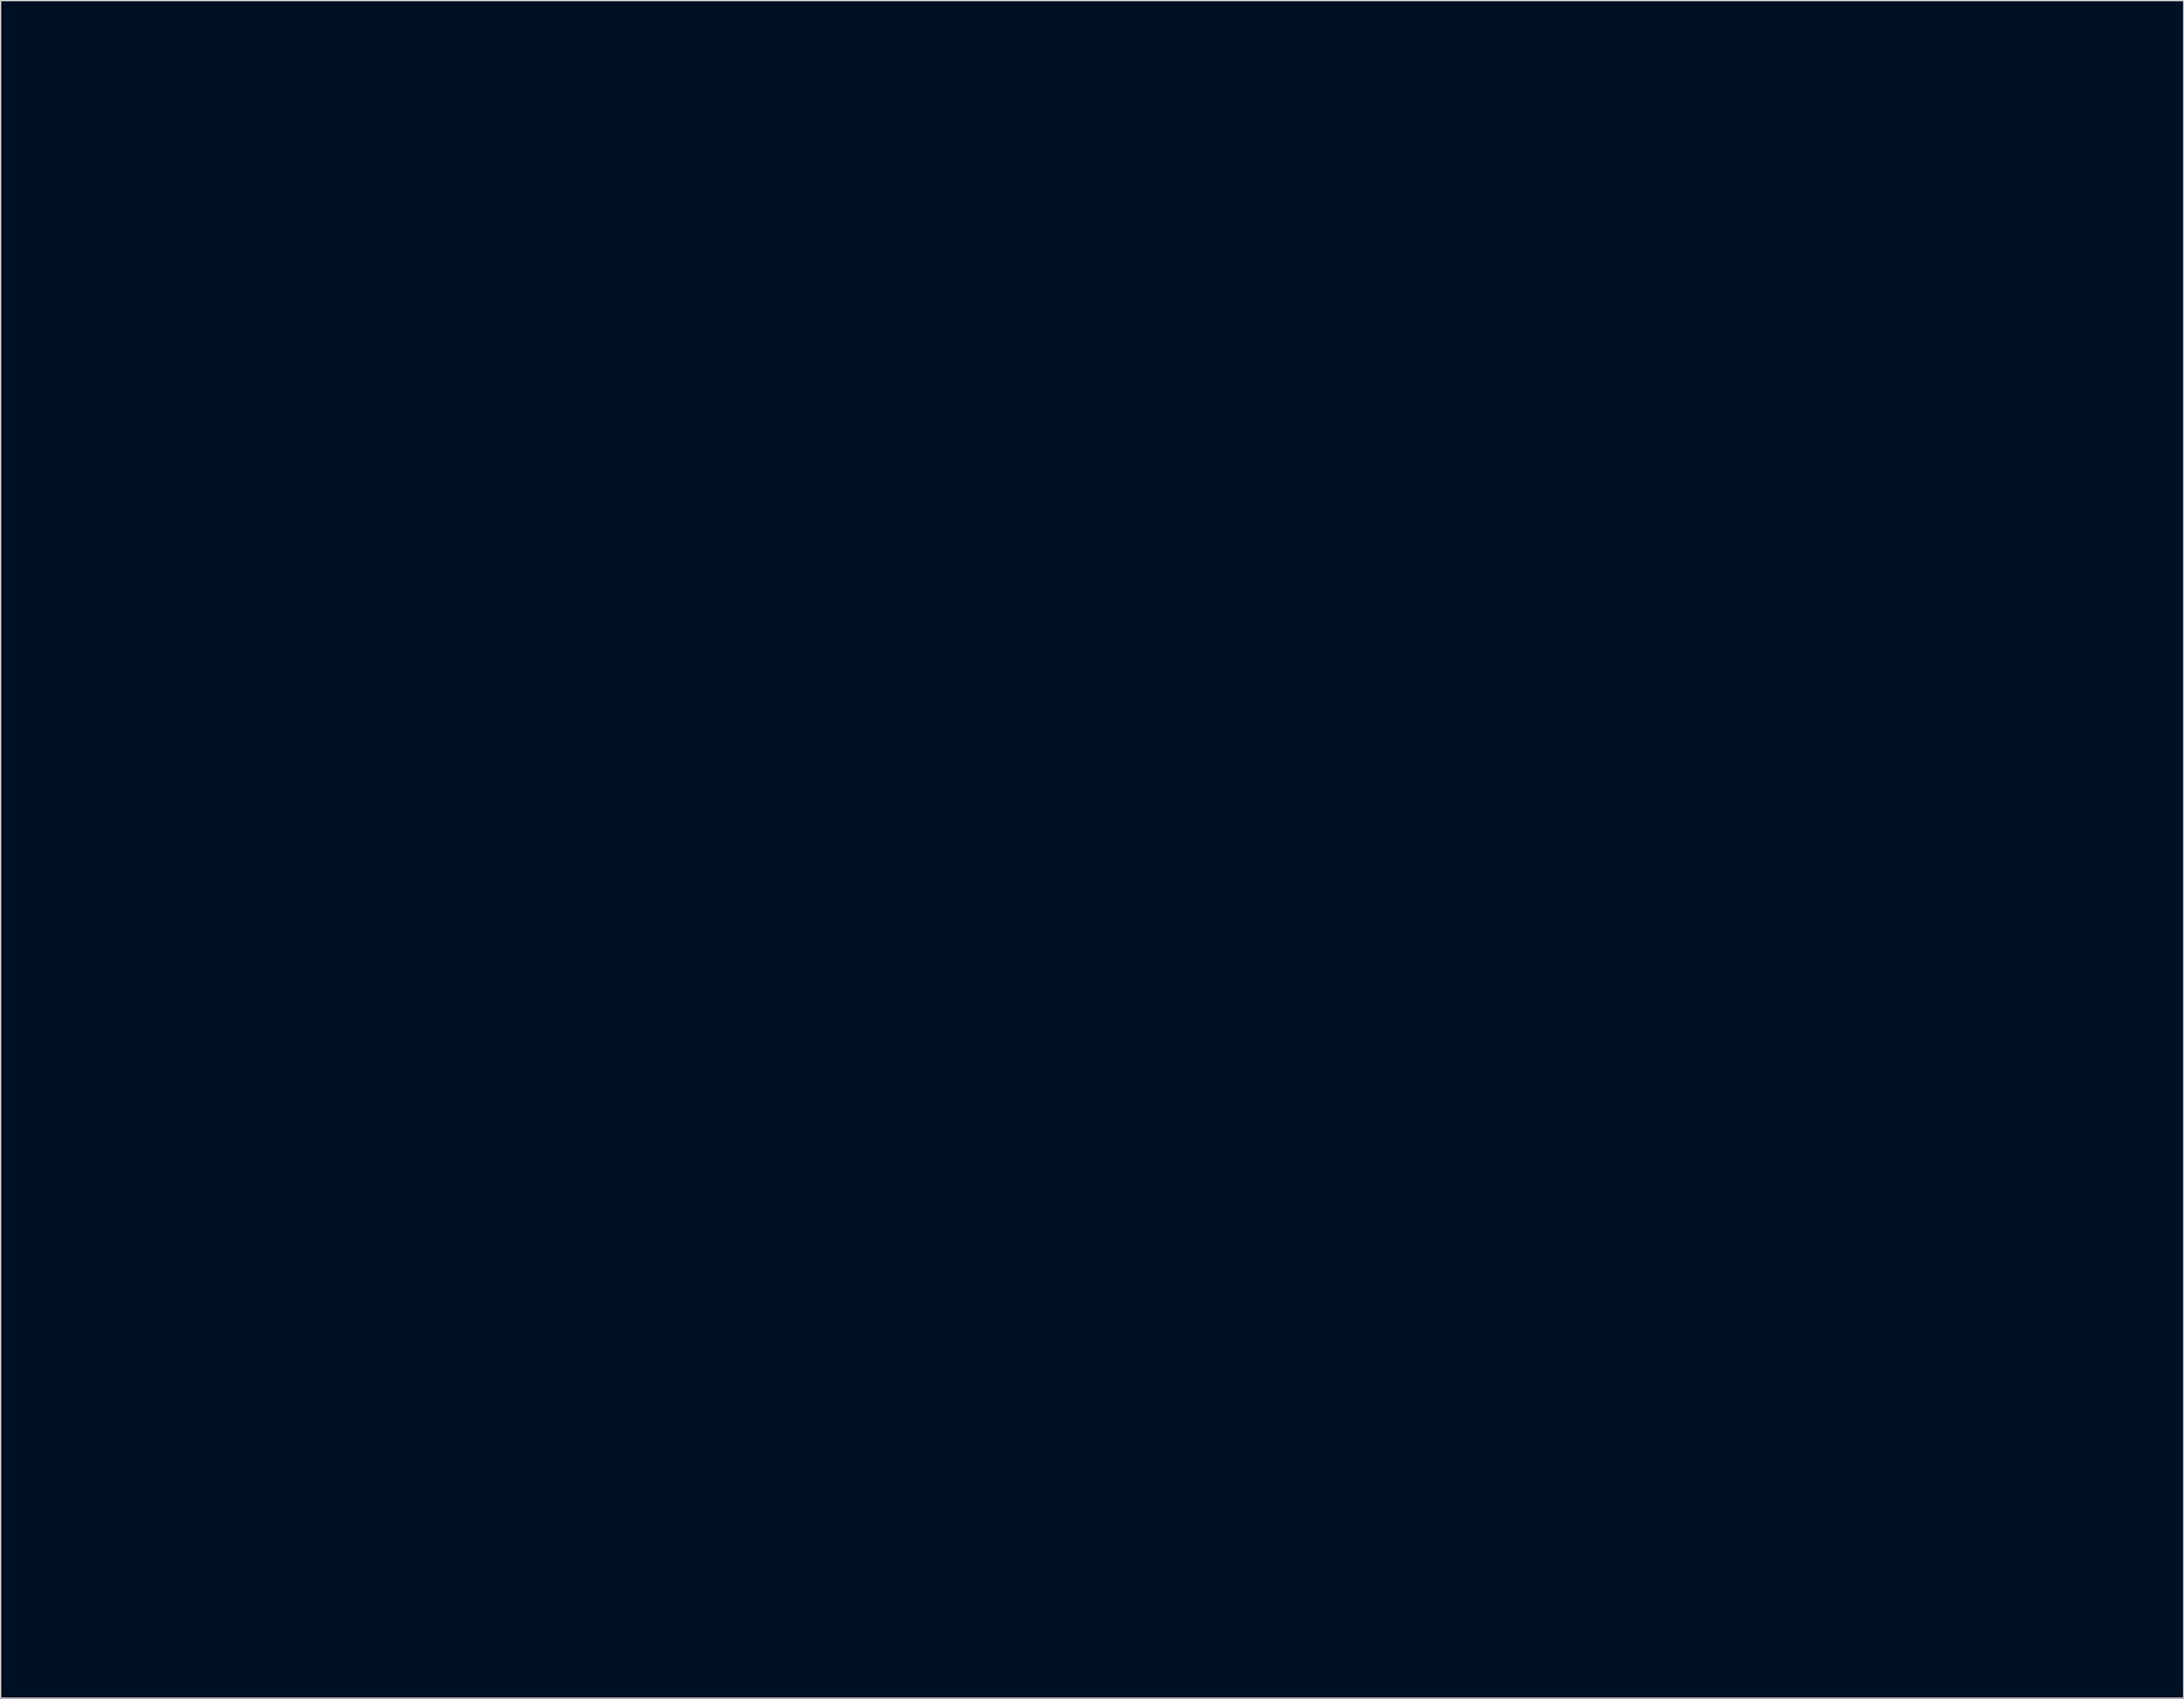
<source format=kicad_pcb>
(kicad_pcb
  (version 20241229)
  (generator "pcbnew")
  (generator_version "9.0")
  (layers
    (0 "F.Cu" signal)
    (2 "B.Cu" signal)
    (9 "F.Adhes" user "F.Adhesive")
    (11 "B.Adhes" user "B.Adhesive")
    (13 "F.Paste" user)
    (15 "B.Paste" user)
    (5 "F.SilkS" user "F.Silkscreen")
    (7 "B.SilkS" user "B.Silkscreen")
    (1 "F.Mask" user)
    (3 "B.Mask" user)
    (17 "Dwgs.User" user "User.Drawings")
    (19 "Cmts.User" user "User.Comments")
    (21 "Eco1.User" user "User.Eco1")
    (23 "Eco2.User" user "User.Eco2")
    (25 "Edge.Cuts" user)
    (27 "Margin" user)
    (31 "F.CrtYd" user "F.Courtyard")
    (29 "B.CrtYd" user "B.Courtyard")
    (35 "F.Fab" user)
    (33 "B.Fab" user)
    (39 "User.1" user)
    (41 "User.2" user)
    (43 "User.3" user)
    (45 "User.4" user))
  (footprint "Layout"
    (layer "F.Cu")
    (at 65.986 76.94)
    (property "Reference" "Layout" (at -0.005 0.504 0) (layer "F.Fab") (effects (font (size 0.001 0.001) (thickness 0.15))))
    (attr through_hole)
    (fp_line (start -65.961 -76.206) (end -46.911 -76.206) (stroke (width 0.05) (type solid)) (layer "Eco1.User"))
    (fp_line (start -65.961 -57.156) (end -65.961 -76.206) (stroke (width 0.05) (type solid)) (layer "Eco1.User"))
    (fp_line (start -63.107 -38.117) (end -44.057 -38.117) (stroke (width 0.05) (type solid)) (layer "Eco1.User"))
    (fp_line (start -63.107 -19.067) (end -63.107 -38.117) (stroke (width 0.05) (type solid)) (layer "Eco1.User"))
    (fp_line (start -60.008 -57.155) (end -40.958 -57.155) (stroke (width 0.05) (type solid)) (layer "Eco1.User"))
    (fp_line (start -60.008 -38.105) (end -60.008 -57.155) (stroke (width 0.05) (type solid)) (layer "Eco1.User"))
    (fp_line (start -57.15 -19.05) (end -38.1 -19.05) (stroke (width 0.05) (type solid)) (layer "Eco1.User"))
    (fp_line (start -57.15 0.000004) (end -57.15 -19.05) (stroke (width 0.05) (type solid)) (layer "Eco1.User"))
    (fp_line (start -47.625 0.000003) (end -23.813 0.000003) (stroke (width 0.05) (type solid)) (layer "Eco1.User"))
    (fp_line (start -47.625 19.05) (end -47.625 0.000003) (stroke (width 0.05) (type solid)) (layer "Eco1.User"))
    (fp_line (start -46.911 -76.206) (end -46.911 -57.156) (stroke (width 0.05) (type solid)) (layer "Eco1.User"))
    (fp_line (start -46.911 -57.156) (end -65.961 -57.156) (stroke (width 0.05) (type solid)) (layer "Eco1.User"))
    (fp_line (start -46.911 -76.206) (end -27.861 -76.206) (stroke (width 0.05) (type solid)) (layer "Eco1.User"))
    (fp_line (start -46.911 -57.156) (end -46.911 -76.206) (stroke (width 0.05) (type solid)) (layer "Eco1.User"))
    (fp_line (start -44.057 -38.117) (end -25.007 -38.117) (stroke (width 0.05) (type solid)) (layer "Eco1.User"))
    (fp_line (start -44.057 -19.067) (end -44.057 -38.117) (stroke (width 0.05) (type solid)) (layer "Eco1.User"))
    (fp_line (start -44.057 -38.117) (end -44.057 -19.067) (stroke (width 0.05) (type solid)) (layer "Eco1.User"))
    (fp_line (start -44.057 -19.067) (end -63.107 -19.067) (stroke (width 0.05) (type solid)) (layer "Eco1.User"))
    (fp_line (start -40.958 -57.15) (end -21.908 -57.15) (stroke (width 0.05) (type solid)) (layer "Eco1.User"))
    (fp_line (start -40.958 -38.1) (end -40.958 -57.15) (stroke (width 0.05) (type solid)) (layer "Eco1.User"))
    (fp_line (start -40.958 -57.155) (end -40.958 -38.105) (stroke (width 0.05) (type solid)) (layer "Eco1.User"))
    (fp_line (start -40.958 -38.105) (end -60.008 -38.105) (stroke (width 0.05) (type solid)) (layer "Eco1.User"))
    (fp_line (start -38.1 -19.05) (end -19.05 -19.05) (stroke (width 0.05) (type solid)) (layer "Eco1.User"))
    (fp_line (start -38.1 0.000004) (end -38.1 -19.05) (stroke (width 0.05) (type solid)) (layer "Eco1.User"))
    (fp_line (start -38.1 -19.05) (end -38.1 0.000004) (stroke (width 0.05) (type solid)) (layer "Eco1.User"))
    (fp_line (start -38.1 0.000004) (end -57.15 0.000004) (stroke (width 0.05) (type solid)) (layer "Eco1.User"))
    (fp_line (start -27.861 -76.206) (end -27.861 -57.156) (stroke (width 0.05) (type solid)) (layer "Eco1.User"))
    (fp_line (start -27.861 -57.156) (end -46.911 -57.156) (stroke (width 0.05) (type solid)) (layer "Eco1.User"))
    (fp_line (start -27.861 -76.206) (end -8.811 -76.206) (stroke (width 0.05) (type solid)) (layer "Eco1.User"))
    (fp_line (start -27.861 -57.156) (end -27.861 -76.206) (stroke (width 0.05) (type solid)) (layer "Eco1.User"))
    (fp_line (start -25.007 -38.117) (end -25.007 -19.067) (stroke (width 0.05) (type solid)) (layer "Eco1.User"))
    (fp_line (start -25.007 -19.067) (end -44.057 -19.067) (stroke (width 0.05) (type solid)) (layer "Eco1.User"))
    (fp_line (start -25.003 -38.105) (end -5.953 -38.105) (stroke (width 0.05) (type solid)) (layer "Eco1.User"))
    (fp_line (start -25.003 -19.055) (end -25.003 -38.105) (stroke (width 0.05) (type solid)) (layer "Eco1.User"))
    (fp_line (start -23.813 0.000003) (end -4.763 0.000003) (stroke (width 0.05) (type solid)) (layer "Eco1.User"))
    (fp_line (start -23.813 19.05) (end -23.813 0.000003) (stroke (width 0.05) (type solid)) (layer "Eco1.User"))
    (fp_line (start -23.813 0.000003) (end -23.813 19.05) (stroke (width 0.05) (type solid)) (layer "Eco1.User"))
    (fp_line (start -23.813 19.05) (end -47.625 19.05) (stroke (width 0.05) (type solid)) (layer "Eco1.User"))
    (fp_line (start -21.908 -57.15) (end -21.908 -38.1) (stroke (width 0.05) (type solid)) (layer "Eco1.User"))
    (fp_line (start -21.908 -38.1) (end -40.958 -38.1) (stroke (width 0.05) (type solid)) (layer "Eco1.User"))
    (fp_line (start -21.908 -57.15) (end -2.858 -57.15) (stroke (width 0.05) (type solid)) (layer "Eco1.User"))
    (fp_line (start -21.908 -38.1) (end -21.908 -57.15) (stroke (width 0.05) (type solid)) (layer "Eco1.User"))
    (fp_line (start -19.05 -19.05) (end -19.05 0.000004) (stroke (width 0.05) (type solid)) (layer "Eco1.User"))
    (fp_line (start -19.05 0.000004) (end -38.1 0.000004) (stroke (width 0.05) (type solid)) (layer "Eco1.User"))
    (fp_line (start -19.05 -19.05) (end -0.00003 -19.05) (stroke (width 0.05) (type solid)) (layer "Eco1.User"))
    (fp_line (start -19.05 0.000004) (end -19.05 -19.05) (stroke (width 0.05) (type solid)) (layer "Eco1.User"))
    (fp_line (start -8.811 -76.915) (end 10.239 -76.915) (stroke (width 0.05) (type solid)) (layer "Eco1.User"))
    (fp_line (start -8.811 -57.865) (end -8.811 -76.915) (stroke (width 0.05) (type solid)) (layer "Eco1.User"))
    (fp_line (start -8.811 -76.206) (end -8.811 -57.156) (stroke (width 0.05) (type solid)) (layer "Eco1.User"))
    (fp_line (start -8.811 -57.156) (end -27.861 -57.156) (stroke (width 0.05) (type solid)) (layer "Eco1.User"))
    (fp_line (start -6.072 -20.415) (end -2.764 -39.175) (stroke (width 0.05) (type solid)) (layer "Eco1.User"))
    (fp_line (start -5.953 -38.105) (end -5.953 -19.055) (stroke (width 0.05) (type solid)) (layer "Eco1.User"))
    (fp_line (start -5.953 -19.055) (end -25.003 -19.055) (stroke (width 0.05) (type solid)) (layer "Eco1.User"))
    (fp_line (start -4.763 0.000003) (end -4.763 19.05) (stroke (width 0.05) (type solid)) (layer "Eco1.User"))
    (fp_line (start -4.763 19.05) (end -23.813 19.05) (stroke (width 0.05) (type solid)) (layer "Eco1.User"))
    (fp_line (start -3.308 18.761) (end 0 0) (stroke (width 0.05) (type solid)) (layer "Eco1.User"))
    (fp_line (start -2.858 -57.15) (end -2.858 -38.1) (stroke (width 0.05) (type solid)) (layer "Eco1.User"))
    (fp_line (start -2.858 -38.1) (end -21.908 -38.1) (stroke (width 0.05) (type solid)) (layer "Eco1.User"))
    (fp_line (start -2.764 -39.175) (end 15.996 -35.867) (stroke (width 0.05) (type solid)) (layer "Eco1.User"))
    (fp_line (start -2.764 -39.175) (end 0.544 -57.936) (stroke (width 0.05) (type solid)) (layer "Eco1.User"))
    (fp_line (start -0.00003 -19.05) (end -0.00003 0.000004) (stroke (width 0.05) (type solid)) (layer "Eco1.User"))
    (fp_line (start -0.00003 0.000004) (end -19.05 0.000004) (stroke (width 0.05) (type solid)) (layer "Eco1.User"))
    (fp_line (start -0.000017 -0.000004) (end 3.308 -18.761) (stroke (width 0.05) (type solid)) (layer "Eco1.User"))
    (fp_line (start 0 0) (end 23.451 4.135) (stroke (width 0.05) (type solid)) (layer "Eco1.User"))
    (fp_line (start 0.544 -57.936) (end 19.304 -54.628) (stroke (width 0.05) (type solid)) (layer "Eco1.User"))
    (fp_line (start 3.308 -18.761) (end 22.069 -15.453) (stroke (width 0.05) (type solid)) (layer "Eco1.User"))
    (fp_line (start 9.924 -56.282) (end 13.232 -75.042) (stroke (width 0.05) (type solid)) (layer "Eco1.User"))
    (fp_line (start 10.239 -76.915) (end 10.239 -57.865) (stroke (width 0.05) (type solid)) (layer "Eco1.User"))
    (fp_line (start 10.239 -57.865) (end -8.811 -57.865) (stroke (width 0.05) (type solid)) (layer "Eco1.User"))
    (fp_line (start 12.688 -17.107) (end 15.996 -35.867) (stroke (width 0.05) (type solid)) (layer "Eco1.User"))
    (fp_line (start 12.688 -17.107) (end -6.072 -20.415) (stroke (width 0.05) (type solid)) (layer "Eco1.User"))
    (fp_line (start 13.232 -75.042) (end 31.993 -71.734) (stroke (width 0.05) (type solid)) (layer "Eco1.User"))
    (fp_line (start 15.996 -35.867) (end 34.757 -32.559) (stroke (width 0.05) (type solid)) (layer "Eco1.User"))
    (fp_line (start 15.996 -35.867) (end 19.304 -54.628) (stroke (width 0.05) (type solid)) (layer "Eco1.User"))
    (fp_line (start 15.996 -35.867) (end 12.688 -17.107) (stroke (width 0.05) (type solid)) (layer "Eco1.User"))
    (fp_line (start 15.996 -35.867) (end -2.764 -39.175) (stroke (width 0.05) (type solid)) (layer "Eco1.User"))
    (fp_line (start 18.761 3.308) (end 22.069 -15.453) (stroke (width 0.05) (type solid)) (layer "Eco1.User"))
    (fp_line (start 18.761 3.308) (end -0.000017 -0.000004) (stroke (width 0.05) (type solid)) (layer "Eco1.User"))
    (fp_line (start 19.304 -54.628) (end 38.065 -51.32) (stroke (width 0.05) (type solid)) (layer "Eco1.User"))
    (fp_line (start 19.304 -54.628) (end 15.996 -35.867) (stroke (width 0.05) (type solid)) (layer "Eco1.User"))
    (fp_line (start 20.143 22.896) (end 23.451 4.135) (stroke (width 0.05) (type solid)) (layer "Eco1.User"))
    (fp_line (start 20.143 22.896) (end -3.308 18.761) (stroke (width 0.05) (type solid)) (layer "Eco1.User"))
    (fp_line (start 22.069 -15.453) (end 40.829 -12.145) (stroke (width 0.05) (type solid)) (layer "Eco1.User"))
    (fp_line (start 22.069 -15.453) (end 18.761 3.308) (stroke (width 0.05) (type solid)) (layer "Eco1.User"))
    (fp_line (start 23.451 4.135) (end 46.901 8.27) (stroke (width 0.05) (type solid)) (layer "Eco1.User"))
    (fp_line (start 23.451 4.135) (end 20.143 22.896) (stroke (width 0.05) (type solid)) (layer "Eco1.User"))
    (fp_line (start 28.685 -52.974) (end 31.993 -71.734) (stroke (width 0.05) (type solid)) (layer "Eco1.User"))
    (fp_line (start 28.685 -52.974) (end 9.924 -56.282) (stroke (width 0.05) (type solid)) (layer "Eco1.User"))
    (fp_line (start 31.449 -13.799) (end 34.757 -32.559) (stroke (width 0.05) (type solid)) (layer "Eco1.User"))
    (fp_line (start 31.449 -13.799) (end 12.688 -17.107) (stroke (width 0.05) (type solid)) (layer "Eco1.User"))
    (fp_line (start 31.993 -71.734) (end 50.753 -68.426) (stroke (width 0.05) (type solid)) (layer "Eco1.User"))
    (fp_line (start 31.993 -71.734) (end 28.685 -52.974) (stroke (width 0.05) (type solid)) (layer "Eco1.User"))
    (fp_line (start 34.757 -32.559) (end 53.517 -29.251) (stroke (width 0.05) (type solid)) (layer "Eco1.User"))
    (fp_line (start 34.757 -32.559) (end 38.065 -51.32) (stroke (width 0.05) (type solid)) (layer "Eco1.User"))
    (fp_line (start 34.757 -32.559) (end 31.449 -13.799) (stroke (width 0.05) (type solid)) (layer "Eco1.User"))
    (fp_line (start 34.757 -32.559) (end 15.996 -35.867) (stroke (width 0.05) (type solid)) (layer "Eco1.User"))
    (fp_line (start 37.521 6.616) (end 40.829 -12.145) (stroke (width 0.05) (type solid)) (layer "Eco1.User"))
    (fp_line (start 37.521 6.616) (end 18.761 3.308) (stroke (width 0.05) (type solid)) (layer "Eco1.User"))
    (fp_line (start 38.065 -51.32) (end 56.825 -48.012) (stroke (width 0.05) (type solid)) (layer "Eco1.User"))
    (fp_line (start 38.065 -51.32) (end 34.757 -32.559) (stroke (width 0.05) (type solid)) (layer "Eco1.User"))
    (fp_line (start 40.829 -12.145) (end 59.59 -8.837) (stroke (width 0.05) (type solid)) (layer "Eco1.User"))
    (fp_line (start 40.829 -12.145) (end 37.521 6.616) (stroke (width 0.05) (type solid)) (layer "Eco1.User"))
    (fp_line (start 43.593 27.031) (end 20.143 22.896) (stroke (width 0.05) (type solid)) (layer "Eco1.User"))
    (fp_line (start 44.037 24.517) (end 56.282 9.924) (stroke (width 0.05) (type solid)) (layer "Eco1.User"))
    (fp_line (start 46.901 8.27) (end 43.593 27.031) (stroke (width 0.05) (type solid)) (layer "Eco1.User"))
    (fp_line (start 47.445 -49.666) (end 50.753 -68.426) (stroke (width 0.05) (type solid)) (layer "Eco1.User"))
    (fp_line (start 47.445 -49.666) (end 28.685 -52.974) (stroke (width 0.05) (type solid)) (layer "Eco1.User"))
    (fp_line (start 50.209 -10.491) (end 53.517 -29.251) (stroke (width 0.05) (type solid)) (layer "Eco1.User"))
    (fp_line (start 50.209 -10.491) (end 31.449 -13.799) (stroke (width 0.05) (type solid)) (layer "Eco1.User"))
    (fp_line (start 50.753 -68.426) (end 69.514 -65.118) (stroke (width 0.05) (type solid)) (layer "Eco1.User"))
    (fp_line (start 50.753 -68.426) (end 47.445 -49.666) (stroke (width 0.05) (type solid)) (layer "Eco1.User"))
    (fp_line (start 53.517 -29.251) (end 72.278 -25.943) (stroke (width 0.05) (type solid)) (layer "Eco1.User"))
    (fp_line (start 53.517 -29.251) (end 56.825 -48.012) (stroke (width 0.05) (type solid)) (layer "Eco1.User"))
    (fp_line (start 53.517 -29.251) (end 50.209 -10.491) (stroke (width 0.05) (type solid)) (layer "Eco1.User"))
    (fp_line (start 53.517 -29.251) (end 34.757 -32.559) (stroke (width 0.05) (type solid)) (layer "Eco1.User"))
    (fp_line (start 56.282 9.924) (end 59.59 -8.837) (stroke (width 0.05) (type solid)) (layer "Eco1.User"))
    (fp_line (start 56.282 9.924) (end 70.875 22.169) (stroke (width 0.05) (type solid)) (layer "Eco1.User"))
    (fp_line (start 56.282 9.924) (end 37.521 6.616) (stroke (width 0.05) (type solid)) (layer "Eco1.User"))
    (fp_line (start 56.825 -48.012) (end 75.586 -44.704) (stroke (width 0.05) (type solid)) (layer "Eco1.User"))
    (fp_line (start 56.825 -48.012) (end 53.517 -29.251) (stroke (width 0.05) (type solid)) (layer "Eco1.User"))
    (fp_line (start 58.63 36.762) (end 70.875 22.169) (stroke (width 0.05) (type solid)) (layer "Eco1.User"))
    (fp_line (start 58.63 36.762) (end 44.037 24.517) (stroke (width 0.05) (type solid)) (layer "Eco1.User"))
    (fp_line (start 59.59 -8.837) (end 78.35 -5.529) (stroke (width 0.05) (type solid)) (layer "Eco1.User"))
    (fp_line (start 59.59 -8.837) (end 56.282 9.924) (stroke (width 0.05) (type solid)) (layer "Eco1.User"))
    (fp_line (start 66.206 -46.358) (end 69.514 -65.118) (stroke (width 0.05) (type solid)) (layer "Eco1.User"))
    (fp_line (start 66.206 -46.358) (end 47.445 -49.666) (stroke (width 0.05) (type solid)) (layer "Eco1.User"))
    (fp_line (start 68.97 -7.183) (end 50.209 -10.491) (stroke (width 0.05) (type solid)) (layer "Eco1.User"))
    (fp_line (start 69.514 -65.118) (end 88.274 -61.81) (stroke (width 0.05) (type solid)) (layer "Eco1.User"))
    (fp_line (start 69.514 -65.118) (end 66.206 -46.358) (stroke (width 0.05) (type solid)) (layer "Eco1.User"))
    (fp_line (start 70.875 22.169) (end 85.468 34.414) (stroke (width 0.05) (type solid)) (layer "Eco1.User"))
    (fp_line (start 70.875 22.169) (end 58.63 36.762) (stroke (width 0.05) (type solid)) (layer "Eco1.User"))
    (fp_line (start 70.875 22.169) (end 83.12 7.576) (stroke (width 0.05) (type solid)) (layer "Eco1.User"))
    (fp_line (start 72.278 -25.943) (end 68.97 -7.183) (stroke (width 0.05) (type solid)) (layer "Eco1.User"))
    (fp_line (start 72.278 -25.943) (end 53.517 -29.251) (stroke (width 0.05) (type solid)) (layer "Eco1.User"))
    (fp_line (start 73.223 49.007) (end 58.63 36.762) (stroke (width 0.05) (type solid)) (layer "Eco1.User"))
    (fp_line (start 75.042 13.232) (end 56.282 9.924) (stroke (width 0.05) (type solid)) (layer "Eco1.User"))
    (fp_line (start 75.586 -44.704) (end 72.278 -25.943) (stroke (width 0.05) (type solid)) (layer "Eco1.User"))
    (fp_line (start 78.35 -5.529) (end 75.042 13.232) (stroke (width 0.05) (type solid)) (layer "Eco1.User"))
    (fp_line (start 83.12 7.576) (end 97.713 19.821) (stroke (width 0.05) (type solid)) (layer "Eco1.User"))
    (fp_line (start 84.966 -43.05) (end 66.206 -46.358) (stroke (width 0.05) (type solid)) (layer "Eco1.User"))
    (fp_line (start 85.468 34.414) (end 73.223 49.007) (stroke (width 0.05) (type solid)) (layer "Eco1.User"))
    (fp_line (start 85.468 34.414) (end 70.875 22.169) (stroke (width 0.05) (type solid)) (layer "Eco1.User"))
    (fp_line (start 88.274 -61.81) (end 84.966 -43.05) (stroke (width 0.05) (type solid)) (layer "Eco1.User"))
    (fp_line (start 97.713 19.821) (end 85.468 34.414) (stroke (width 0.05) (type solid)) (layer "Eco1.User")))
  (gr_rect
    (start -3 -3)
    (end 166.724 128.972)
    (stroke (width 0.1) (type default))
    (fill no)
    (layer "Edge.Cuts")))
</source>
